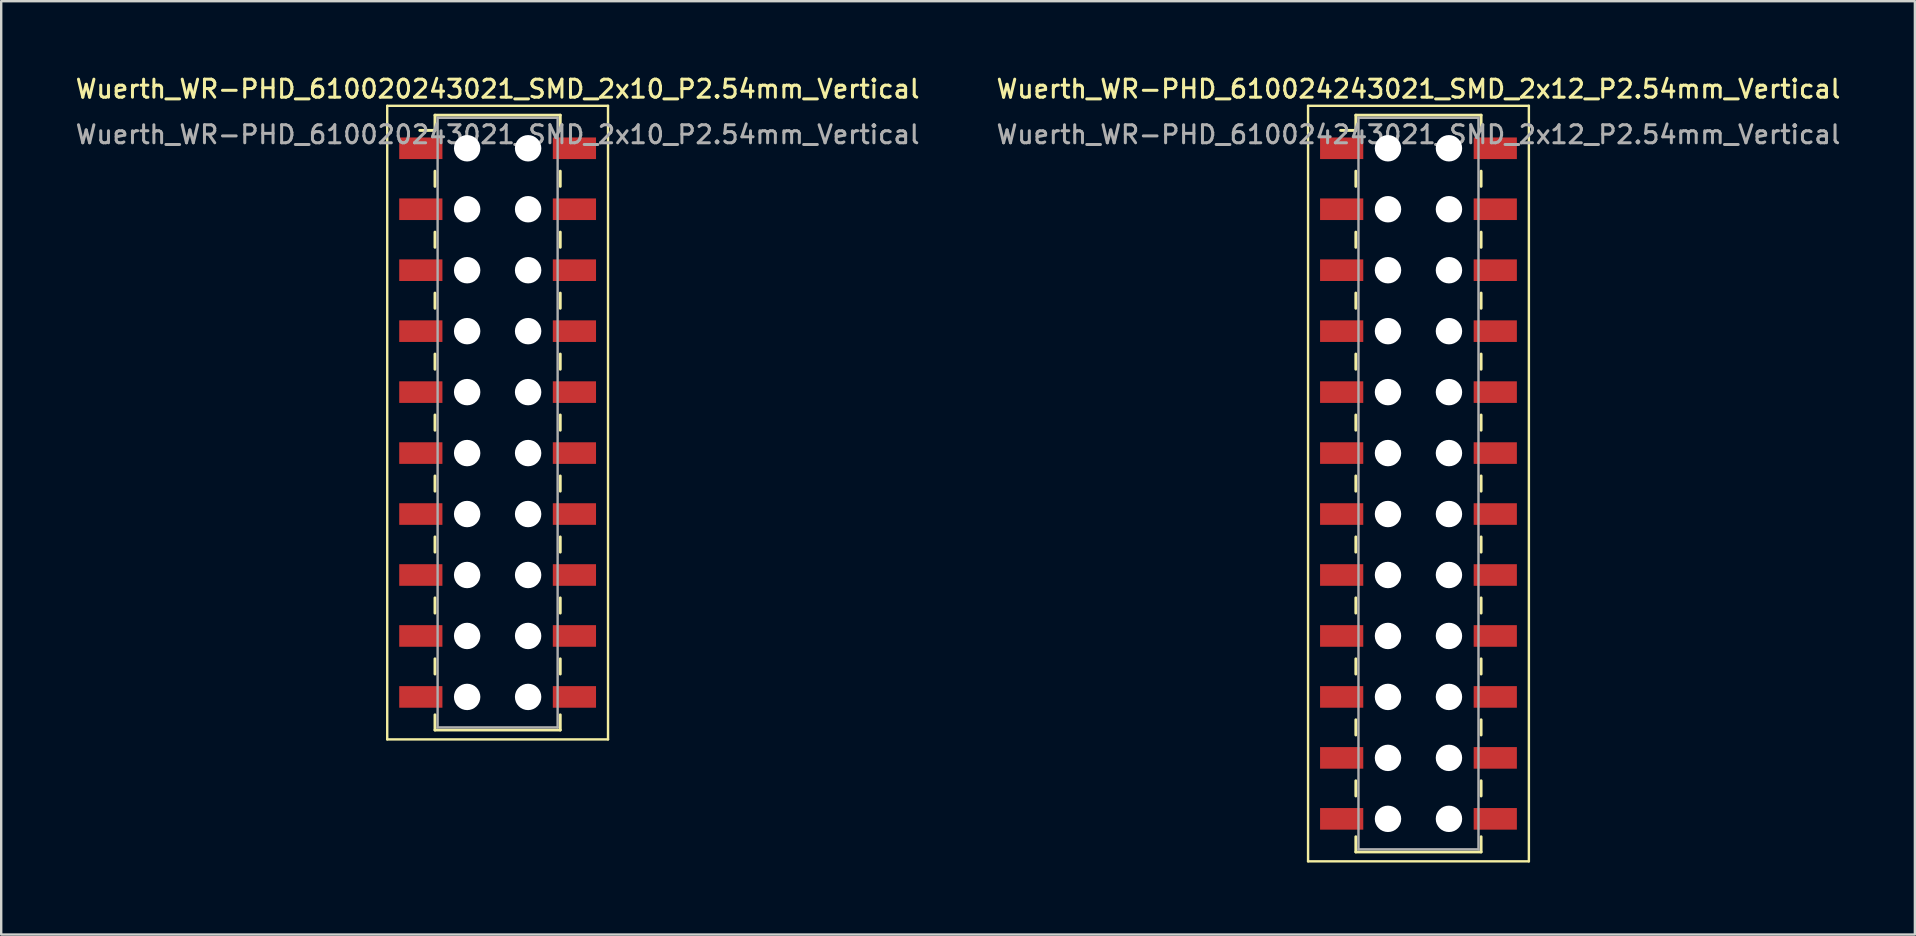
<source format=kicad_pcb>
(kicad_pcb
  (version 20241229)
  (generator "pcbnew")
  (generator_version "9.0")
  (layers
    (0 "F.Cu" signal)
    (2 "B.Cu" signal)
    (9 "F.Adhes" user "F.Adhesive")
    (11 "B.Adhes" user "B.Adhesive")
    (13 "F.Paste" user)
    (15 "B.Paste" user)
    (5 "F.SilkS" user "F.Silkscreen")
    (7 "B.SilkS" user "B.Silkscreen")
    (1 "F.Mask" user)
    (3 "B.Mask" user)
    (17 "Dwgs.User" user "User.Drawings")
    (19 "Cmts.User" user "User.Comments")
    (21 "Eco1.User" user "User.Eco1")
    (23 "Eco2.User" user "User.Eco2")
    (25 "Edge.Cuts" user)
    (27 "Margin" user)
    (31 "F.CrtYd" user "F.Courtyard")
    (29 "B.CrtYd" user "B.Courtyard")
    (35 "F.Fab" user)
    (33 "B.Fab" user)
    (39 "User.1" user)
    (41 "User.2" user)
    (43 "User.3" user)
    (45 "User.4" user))
  (footprint "Wuerth_WR-PHD_610020243021_SMD_2x10_P2.54mm_Vertical"
    (layer "F.Cu")
    (at 17.684 14.558)
    (property "Reference" "Wuerth_WR-PHD_610020243021_SMD_2x10_P2.54mm_Vertical" (at 0 -13.9 0) (layer "F.SilkS") (effects (font (size 0.75 0.75) (thickness 0.125))))
    (attr smd)
    (fp_line (start -4.6 -13.2) (end -4.6 13.2) (stroke (width 0.1) (type solid)) (layer "F.SilkS"))
    (fp_line (start -4.6 13.2) (end 4.6 13.2) (stroke (width 0.1) (type solid)) (layer "F.SilkS"))
    (fp_line (start -2.61 -12.81) (end -2.61 -12.175) (stroke (width 0.12) (type solid)) (layer "F.SilkS"))
    (fp_line (start -2.61 -12.81) (end 2.61 -12.81) (stroke (width 0.12) (type solid)) (layer "F.SilkS"))
    (fp_line (start -2.61 -12.175) (end -3.245 -12.175) (stroke (width 0.12) (type solid)) (layer "F.SilkS"))
    (fp_line (start -2.61 -10.477) (end -2.61 -9.842) (stroke (width 0.12) (type solid)) (layer "F.SilkS"))
    (fp_line (start -2.61 -7.938) (end -2.61 -7.303) (stroke (width 0.12) (type solid)) (layer "F.SilkS"))
    (fp_line (start -2.61 -5.397) (end -2.61 -4.763) (stroke (width 0.12) (type solid)) (layer "F.SilkS"))
    (fp_line (start -2.61 -2.857) (end -2.61 -2.223) (stroke (width 0.12) (type solid)) (layer "F.SilkS"))
    (fp_line (start -2.61 -0.318) (end -2.61 0.318) (stroke (width 0.12) (type solid)) (layer "F.SilkS"))
    (fp_line (start -2.61 2.223) (end -2.61 2.857) (stroke (width 0.12) (type solid)) (layer "F.SilkS"))
    (fp_line (start -2.61 4.763) (end -2.61 5.397) (stroke (width 0.12) (type solid)) (layer "F.SilkS"))
    (fp_line (start -2.61 7.303) (end -2.61 7.938) (stroke (width 0.12) (type solid)) (layer "F.SilkS"))
    (fp_line (start -2.61 9.842) (end -2.61 10.477) (stroke (width 0.12) (type solid)) (layer "F.SilkS"))
    (fp_line (start -2.61 12.81) (end -2.61 12.175) (stroke (width 0.12) (type solid)) (layer "F.SilkS"))
    (fp_line (start -2.61 12.81) (end 2.61 12.81) (stroke (width 0.12) (type solid)) (layer "F.SilkS"))
    (fp_line (start 2.61 -12.81) (end 2.61 -12.175) (stroke (width 0.12) (type solid)) (layer "F.SilkS"))
    (fp_line (start 2.61 -10.477) (end 2.61 -9.842) (stroke (width 0.12) (type solid)) (layer "F.SilkS"))
    (fp_line (start 2.61 -7.938) (end 2.61 -7.303) (stroke (width 0.12) (type solid)) (layer "F.SilkS"))
    (fp_line (start 2.61 -5.397) (end 2.61 -4.763) (stroke (width 0.12) (type solid)) (layer "F.SilkS"))
    (fp_line (start 2.61 -2.857) (end 2.61 -2.223) (stroke (width 0.12) (type solid)) (layer "F.SilkS"))
    (fp_line (start 2.61 -0.318) (end 2.61 0.318) (stroke (width 0.12) (type solid)) (layer "F.SilkS"))
    (fp_line (start 2.61 2.223) (end 2.61 2.857) (stroke (width 0.12) (type solid)) (layer "F.SilkS"))
    (fp_line (start 2.61 4.763) (end 2.61 5.397) (stroke (width 0.12) (type solid)) (layer "F.SilkS"))
    (fp_line (start 2.61 7.303) (end 2.61 7.938) (stroke (width 0.12) (type solid)) (layer "F.SilkS"))
    (fp_line (start 2.61 9.842) (end 2.61 10.477) (stroke (width 0.12) (type solid)) (layer "F.SilkS"))
    (fp_line (start 2.61 12.81) (end 2.61 12.175) (stroke (width 0.12) (type solid)) (layer "F.SilkS"))
    (fp_line (start 4.6 -13.2) (end -4.6 -13.2) (stroke (width 0.1) (type solid)) (layer "F.SilkS"))
    (fp_line (start 4.6 13.2) (end 4.6 -13.2) (stroke (width 0.1) (type solid)) (layer "F.SilkS"))
    (fp_line (start -2.5 -12.7) (end -2.5 12.7) (stroke (width 0.1) (type solid)) (layer "F.Fab"))
    (fp_line (start -2.5 12.7) (end 2.5 12.7) (stroke (width 0.1) (type solid)) (layer "F.Fab"))
    (fp_line (start 2.5 -12.7) (end -2.5 -12.7) (stroke (width 0.1) (type solid)) (layer "F.Fab"))
    (fp_line (start 2.5 12.7) (end 2.5 -12.7) (stroke (width 0.1) (type solid)) (layer "F.Fab"))
    (fp_text user "${REFERENCE}" (at 0 -12 0) (layer "F.Fab") (effects (font (size 0.75 0.75) (thickness 0.125))))
    (pad "" np_thru_hole circle (at -1.27 -11.43) (size 1.1 1.1) (drill 1.1) (layers "*.Cu" "*.Mask"))
    (pad "" np_thru_hole circle (at -1.27 -8.89) (size 1.1 1.1) (drill 1.1) (layers "*.Cu" "*.Mask"))
    (pad "" np_thru_hole circle (at -1.27 -6.35) (size 1.1 1.1) (drill 1.1) (layers "*.Cu" "*.Mask"))
    (pad "" np_thru_hole circle (at -1.27 -3.81) (size 1.1 1.1) (drill 1.1) (layers "*.Cu" "*.Mask"))
    (pad "" np_thru_hole circle (at -1.27 -1.27) (size 1.1 1.1) (drill 1.1) (layers "*.Cu" "*.Mask"))
    (pad "" np_thru_hole circle (at -1.27 1.27) (size 1.1 1.1) (drill 1.1) (layers "*.Cu" "*.Mask"))
    (pad "" np_thru_hole circle (at -1.27 3.81) (size 1.1 1.1) (drill 1.1) (layers "*.Cu" "*.Mask"))
    (pad "" np_thru_hole circle (at -1.27 6.35) (size 1.1 1.1) (drill 1.1) (layers "*.Cu" "*.Mask"))
    (pad "" np_thru_hole circle (at -1.27 8.89) (size 1.1 1.1) (drill 1.1) (layers "*.Cu" "*.Mask"))
    (pad "" np_thru_hole circle (at -1.27 11.43) (size 1.1 1.1) (drill 1.1) (layers "*.Cu" "*.Mask"))
    (pad "" np_thru_hole circle (at 1.27 -11.43) (size 1.1 1.1) (drill 1.1) (layers "*.Cu" "*.Mask"))
    (pad "" np_thru_hole circle (at 1.27 -8.89) (size 1.1 1.1) (drill 1.1) (layers "*.Cu" "*.Mask"))
    (pad "" np_thru_hole circle (at 1.27 -6.35) (size 1.1 1.1) (drill 1.1) (layers "*.Cu" "*.Mask"))
    (pad "" np_thru_hole circle (at 1.27 -3.81) (size 1.1 1.1) (drill 1.1) (layers "*.Cu" "*.Mask"))
    (pad "" np_thru_hole circle (at 1.27 -1.27) (size 1.1 1.1) (drill 1.1) (layers "*.Cu" "*.Mask"))
    (pad "" np_thru_hole circle (at 1.27 1.27) (size 1.1 1.1) (drill 1.1) (layers "*.Cu" "*.Mask"))
    (pad "" np_thru_hole circle (at 1.27 3.81) (size 1.1 1.1) (drill 1.1) (layers "*.Cu" "*.Mask"))
    (pad "" np_thru_hole circle (at 1.27 6.35) (size 1.1 1.1) (drill 1.1) (layers "*.Cu" "*.Mask"))
    (pad "" np_thru_hole circle (at 1.27 8.89) (size 1.1 1.1) (drill 1.1) (layers "*.Cu" "*.Mask"))
    (pad "" np_thru_hole circle (at 1.27 11.43) (size 1.1 1.1) (drill 1.1) (layers "*.Cu" "*.Mask"))
    (pad "1" smd rect (at -3.2 -11.43) (size 1.8 0.9) (layers "F.Cu" "F.Mask" "F.Paste"))
    (pad "2" smd rect (at 3.2 -11.43) (size 1.8 0.9) (layers "F.Cu" "F.Mask" "F.Paste"))
    (pad "3" smd rect (at -3.2 -8.89) (size 1.8 0.9) (layers "F.Cu" "F.Mask" "F.Paste"))
    (pad "4" smd rect (at 3.2 -8.89) (size 1.8 0.9) (layers "F.Cu" "F.Mask" "F.Paste"))
    (pad "5" smd rect (at -3.2 -6.35) (size 1.8 0.9) (layers "F.Cu" "F.Mask" "F.Paste"))
    (pad "6" smd rect (at 3.2 -6.35) (size 1.8 0.9) (layers "F.Cu" "F.Mask" "F.Paste"))
    (pad "7" smd rect (at -3.2 -3.81) (size 1.8 0.9) (layers "F.Cu" "F.Mask" "F.Paste"))
    (pad "8" smd rect (at 3.2 -3.81) (size 1.8 0.9) (layers "F.Cu" "F.Mask" "F.Paste"))
    (pad "9" smd rect (at -3.2 -1.27) (size 1.8 0.9) (layers "F.Cu" "F.Mask" "F.Paste"))
    (pad "10" smd rect (at 3.2 -1.27) (size 1.8 0.9) (layers "F.Cu" "F.Mask" "F.Paste"))
    (pad "11" smd rect (at -3.2 1.27) (size 1.8 0.9) (layers "F.Cu" "F.Mask" "F.Paste"))
    (pad "12" smd rect (at 3.2 1.27) (size 1.8 0.9) (layers "F.Cu" "F.Mask" "F.Paste"))
    (pad "13" smd rect (at -3.2 3.81) (size 1.8 0.9) (layers "F.Cu" "F.Mask" "F.Paste"))
    (pad "14" smd rect (at 3.2 3.81) (size 1.8 0.9) (layers "F.Cu" "F.Mask" "F.Paste"))
    (pad "15" smd rect (at -3.2 6.35) (size 1.8 0.9) (layers "F.Cu" "F.Mask" "F.Paste"))
    (pad "16" smd rect (at 3.2 6.35) (size 1.8 0.9) (layers "F.Cu" "F.Mask" "F.Paste"))
    (pad "17" smd rect (at -3.2 8.89) (size 1.8 0.9) (layers "F.Cu" "F.Mask" "F.Paste"))
    (pad "18" smd rect (at 3.2 8.89) (size 1.8 0.9) (layers "F.Cu" "F.Mask" "F.Paste"))
    (pad "19" smd rect (at -3.2 11.43) (size 1.8 0.9) (layers "F.Cu" "F.Mask" "F.Paste"))
    (pad "20" smd rect (at 3.2 11.43) (size 1.8 0.9) (layers "F.Cu" "F.Mask" "F.Paste")))
  (footprint "Wuerth_WR-PHD_610024243021_SMD_2x12_P2.54mm_Vertical"
    (layer "F.Cu")
    (at 56.052 17.098)
    (property "Reference" "Wuerth_WR-PHD_610024243021_SMD_2x12_P2.54mm_Vertical" (at 0 -16.44 0) (layer "F.SilkS") (effects (font (size 0.75 0.75) (thickness 0.125))))
    (attr smd)
    (fp_line (start -4.6 -15.74) (end -4.6 15.74) (stroke (width 0.1) (type solid)) (layer "F.SilkS"))
    (fp_line (start -4.6 15.74) (end 4.6 15.74) (stroke (width 0.1) (type solid)) (layer "F.SilkS"))
    (fp_line (start -2.61 -15.35) (end -2.61 -14.715) (stroke (width 0.12) (type solid)) (layer "F.SilkS"))
    (fp_line (start -2.61 -15.35) (end 2.61 -15.35) (stroke (width 0.12) (type solid)) (layer "F.SilkS"))
    (fp_line (start -2.61 -14.715) (end -3.245 -14.715) (stroke (width 0.12) (type solid)) (layer "F.SilkS"))
    (fp_line (start -2.61 -13.018) (end -2.61 -12.383) (stroke (width 0.12) (type solid)) (layer "F.SilkS"))
    (fp_line (start -2.61 -10.477) (end -2.61 -9.842) (stroke (width 0.12) (type solid)) (layer "F.SilkS"))
    (fp_line (start -2.61 -7.938) (end -2.61 -7.303) (stroke (width 0.12) (type solid)) (layer "F.SilkS"))
    (fp_line (start -2.61 -5.397) (end -2.61 -4.763) (stroke (width 0.12) (type solid)) (layer "F.SilkS"))
    (fp_line (start -2.61 -2.857) (end -2.61 -2.223) (stroke (width 0.12) (type solid)) (layer "F.SilkS"))
    (fp_line (start -2.61 -0.318) (end -2.61 0.318) (stroke (width 0.12) (type solid)) (layer "F.SilkS"))
    (fp_line (start -2.61 2.223) (end -2.61 2.857) (stroke (width 0.12) (type solid)) (layer "F.SilkS"))
    (fp_line (start -2.61 4.763) (end -2.61 5.397) (stroke (width 0.12) (type solid)) (layer "F.SilkS"))
    (fp_line (start -2.61 7.303) (end -2.61 7.938) (stroke (width 0.12) (type solid)) (layer "F.SilkS"))
    (fp_line (start -2.61 9.842) (end -2.61 10.477) (stroke (width 0.12) (type solid)) (layer "F.SilkS"))
    (fp_line (start -2.61 12.383) (end -2.61 13.018) (stroke (width 0.12) (type solid)) (layer "F.SilkS"))
    (fp_line (start -2.61 15.35) (end -2.61 14.715) (stroke (width 0.12) (type solid)) (layer "F.SilkS"))
    (fp_line (start -2.61 15.35) (end 2.61 15.35) (stroke (width 0.12) (type solid)) (layer "F.SilkS"))
    (fp_line (start 2.61 -15.35) (end 2.61 -14.715) (stroke (width 0.12) (type solid)) (layer "F.SilkS"))
    (fp_line (start 2.61 -13.018) (end 2.61 -12.383) (stroke (width 0.12) (type solid)) (layer "F.SilkS"))
    (fp_line (start 2.61 -10.477) (end 2.61 -9.842) (stroke (width 0.12) (type solid)) (layer "F.SilkS"))
    (fp_line (start 2.61 -7.938) (end 2.61 -7.303) (stroke (width 0.12) (type solid)) (layer "F.SilkS"))
    (fp_line (start 2.61 -5.397) (end 2.61 -4.763) (stroke (width 0.12) (type solid)) (layer "F.SilkS"))
    (fp_line (start 2.61 -2.857) (end 2.61 -2.223) (stroke (width 0.12) (type solid)) (layer "F.SilkS"))
    (fp_line (start 2.61 -0.318) (end 2.61 0.318) (stroke (width 0.12) (type solid)) (layer "F.SilkS"))
    (fp_line (start 2.61 2.223) (end 2.61 2.857) (stroke (width 0.12) (type solid)) (layer "F.SilkS"))
    (fp_line (start 2.61 4.763) (end 2.61 5.397) (stroke (width 0.12) (type solid)) (layer "F.SilkS"))
    (fp_line (start 2.61 7.303) (end 2.61 7.938) (stroke (width 0.12) (type solid)) (layer "F.SilkS"))
    (fp_line (start 2.61 9.842) (end 2.61 10.477) (stroke (width 0.12) (type solid)) (layer "F.SilkS"))
    (fp_line (start 2.61 12.383) (end 2.61 13.018) (stroke (width 0.12) (type solid)) (layer "F.SilkS"))
    (fp_line (start 2.61 15.35) (end 2.61 14.715) (stroke (width 0.12) (type solid)) (layer "F.SilkS"))
    (fp_line (start 4.6 -15.74) (end -4.6 -15.74) (stroke (width 0.1) (type solid)) (layer "F.SilkS"))
    (fp_line (start 4.6 15.74) (end 4.6 -15.74) (stroke (width 0.1) (type solid)) (layer "F.SilkS"))
    (fp_line (start -2.5 -15.24) (end -2.5 15.24) (stroke (width 0.1) (type solid)) (layer "F.Fab"))
    (fp_line (start -2.5 15.24) (end 2.5 15.24) (stroke (width 0.1) (type solid)) (layer "F.Fab"))
    (fp_line (start 2.5 -15.24) (end -2.5 -15.24) (stroke (width 0.1) (type solid)) (layer "F.Fab"))
    (fp_line (start 2.5 15.24) (end 2.5 -15.24) (stroke (width 0.1) (type solid)) (layer "F.Fab"))
    (fp_text user "${REFERENCE}" (at 0 -14.54 0) (layer "F.Fab") (effects (font (size 0.75 0.75) (thickness 0.125))))
    (pad "" np_thru_hole circle (at -1.27 -13.97) (size 1.1 1.1) (drill 1.1) (layers "*.Cu" "*.Mask"))
    (pad "" np_thru_hole circle (at -1.27 -11.43) (size 1.1 1.1) (drill 1.1) (layers "*.Cu" "*.Mask"))
    (pad "" np_thru_hole circle (at -1.27 -8.89) (size 1.1 1.1) (drill 1.1) (layers "*.Cu" "*.Mask"))
    (pad "" np_thru_hole circle (at -1.27 -6.35) (size 1.1 1.1) (drill 1.1) (layers "*.Cu" "*.Mask"))
    (pad "" np_thru_hole circle (at -1.27 -3.81) (size 1.1 1.1) (drill 1.1) (layers "*.Cu" "*.Mask"))
    (pad "" np_thru_hole circle (at -1.27 -1.27) (size 1.1 1.1) (drill 1.1) (layers "*.Cu" "*.Mask"))
    (pad "" np_thru_hole circle (at -1.27 1.27) (size 1.1 1.1) (drill 1.1) (layers "*.Cu" "*.Mask"))
    (pad "" np_thru_hole circle (at -1.27 3.81) (size 1.1 1.1) (drill 1.1) (layers "*.Cu" "*.Mask"))
    (pad "" np_thru_hole circle (at -1.27 6.35) (size 1.1 1.1) (drill 1.1) (layers "*.Cu" "*.Mask"))
    (pad "" np_thru_hole circle (at -1.27 8.89) (size 1.1 1.1) (drill 1.1) (layers "*.Cu" "*.Mask"))
    (pad "" np_thru_hole circle (at -1.27 11.43) (size 1.1 1.1) (drill 1.1) (layers "*.Cu" "*.Mask"))
    (pad "" np_thru_hole circle (at -1.27 13.97) (size 1.1 1.1) (drill 1.1) (layers "*.Cu" "*.Mask"))
    (pad "" np_thru_hole circle (at 1.27 -13.97) (size 1.1 1.1) (drill 1.1) (layers "*.Cu" "*.Mask"))
    (pad "" np_thru_hole circle (at 1.27 -11.43) (size 1.1 1.1) (drill 1.1) (layers "*.Cu" "*.Mask"))
    (pad "" np_thru_hole circle (at 1.27 -8.89) (size 1.1 1.1) (drill 1.1) (layers "*.Cu" "*.Mask"))
    (pad "" np_thru_hole circle (at 1.27 -6.35) (size 1.1 1.1) (drill 1.1) (layers "*.Cu" "*.Mask"))
    (pad "" np_thru_hole circle (at 1.27 -3.81) (size 1.1 1.1) (drill 1.1) (layers "*.Cu" "*.Mask"))
    (pad "" np_thru_hole circle (at 1.27 -1.27) (size 1.1 1.1) (drill 1.1) (layers "*.Cu" "*.Mask"))
    (pad "" np_thru_hole circle (at 1.27 1.27) (size 1.1 1.1) (drill 1.1) (layers "*.Cu" "*.Mask"))
    (pad "" np_thru_hole circle (at 1.27 3.81) (size 1.1 1.1) (drill 1.1) (layers "*.Cu" "*.Mask"))
    (pad "" np_thru_hole circle (at 1.27 6.35) (size 1.1 1.1) (drill 1.1) (layers "*.Cu" "*.Mask"))
    (pad "" np_thru_hole circle (at 1.27 8.89) (size 1.1 1.1) (drill 1.1) (layers "*.Cu" "*.Mask"))
    (pad "" np_thru_hole circle (at 1.27 11.43) (size 1.1 1.1) (drill 1.1) (layers "*.Cu" "*.Mask"))
    (pad "" np_thru_hole circle (at 1.27 13.97) (size 1.1 1.1) (drill 1.1) (layers "*.Cu" "*.Mask"))
    (pad "1" smd rect (at -3.2 -13.97) (size 1.8 0.9) (layers "F.Cu" "F.Mask" "F.Paste"))
    (pad "2" smd rect (at 3.2 -13.97) (size 1.8 0.9) (layers "F.Cu" "F.Mask" "F.Paste"))
    (pad "3" smd rect (at -3.2 -11.43) (size 1.8 0.9) (layers "F.Cu" "F.Mask" "F.Paste"))
    (pad "4" smd rect (at 3.2 -11.43) (size 1.8 0.9) (layers "F.Cu" "F.Mask" "F.Paste"))
    (pad "5" smd rect (at -3.2 -8.89) (size 1.8 0.9) (layers "F.Cu" "F.Mask" "F.Paste"))
    (pad "6" smd rect (at 3.2 -8.89) (size 1.8 0.9) (layers "F.Cu" "F.Mask" "F.Paste"))
    (pad "7" smd rect (at -3.2 -6.35) (size 1.8 0.9) (layers "F.Cu" "F.Mask" "F.Paste"))
    (pad "8" smd rect (at 3.2 -6.35) (size 1.8 0.9) (layers "F.Cu" "F.Mask" "F.Paste"))
    (pad "9" smd rect (at -3.2 -3.81) (size 1.8 0.9) (layers "F.Cu" "F.Mask" "F.Paste"))
    (pad "10" smd rect (at 3.2 -3.81) (size 1.8 0.9) (layers "F.Cu" "F.Mask" "F.Paste"))
    (pad "11" smd rect (at -3.2 -1.27) (size 1.8 0.9) (layers "F.Cu" "F.Mask" "F.Paste"))
    (pad "12" smd rect (at 3.2 -1.27) (size 1.8 0.9) (layers "F.Cu" "F.Mask" "F.Paste"))
    (pad "13" smd rect (at -3.2 1.27) (size 1.8 0.9) (layers "F.Cu" "F.Mask" "F.Paste"))
    (pad "14" smd rect (at 3.2 1.27) (size 1.8 0.9) (layers "F.Cu" "F.Mask" "F.Paste"))
    (pad "15" smd rect (at -3.2 3.81) (size 1.8 0.9) (layers "F.Cu" "F.Mask" "F.Paste"))
    (pad "16" smd rect (at 3.2 3.81) (size 1.8 0.9) (layers "F.Cu" "F.Mask" "F.Paste"))
    (pad "17" smd rect (at -3.2 6.35) (size 1.8 0.9) (layers "F.Cu" "F.Mask" "F.Paste"))
    (pad "18" smd rect (at 3.2 6.35) (size 1.8 0.9) (layers "F.Cu" "F.Mask" "F.Paste"))
    (pad "19" smd rect (at -3.2 8.89) (size 1.8 0.9) (layers "F.Cu" "F.Mask" "F.Paste"))
    (pad "20" smd rect (at 3.2 8.89) (size 1.8 0.9) (layers "F.Cu" "F.Mask" "F.Paste"))
    (pad "21" smd rect (at -3.2 11.43) (size 1.8 0.9) (layers "F.Cu" "F.Mask" "F.Paste"))
    (pad "22" smd rect (at 3.2 11.43) (size 1.8 0.9) (layers "F.Cu" "F.Mask" "F.Paste"))
    (pad "23" smd rect (at -3.2 13.97) (size 1.8 0.9) (layers "F.Cu" "F.Mask" "F.Paste"))
    (pad "24" smd rect (at 3.2 13.97) (size 1.8 0.9) (layers "F.Cu" "F.Mask" "F.Paste")))
  (gr_rect
    (start -3 -3)
    (end 76.736 35.888)
    (stroke (width 0.1) (type default))
    (fill no)
    (layer "Edge.Cuts")))
</source>
